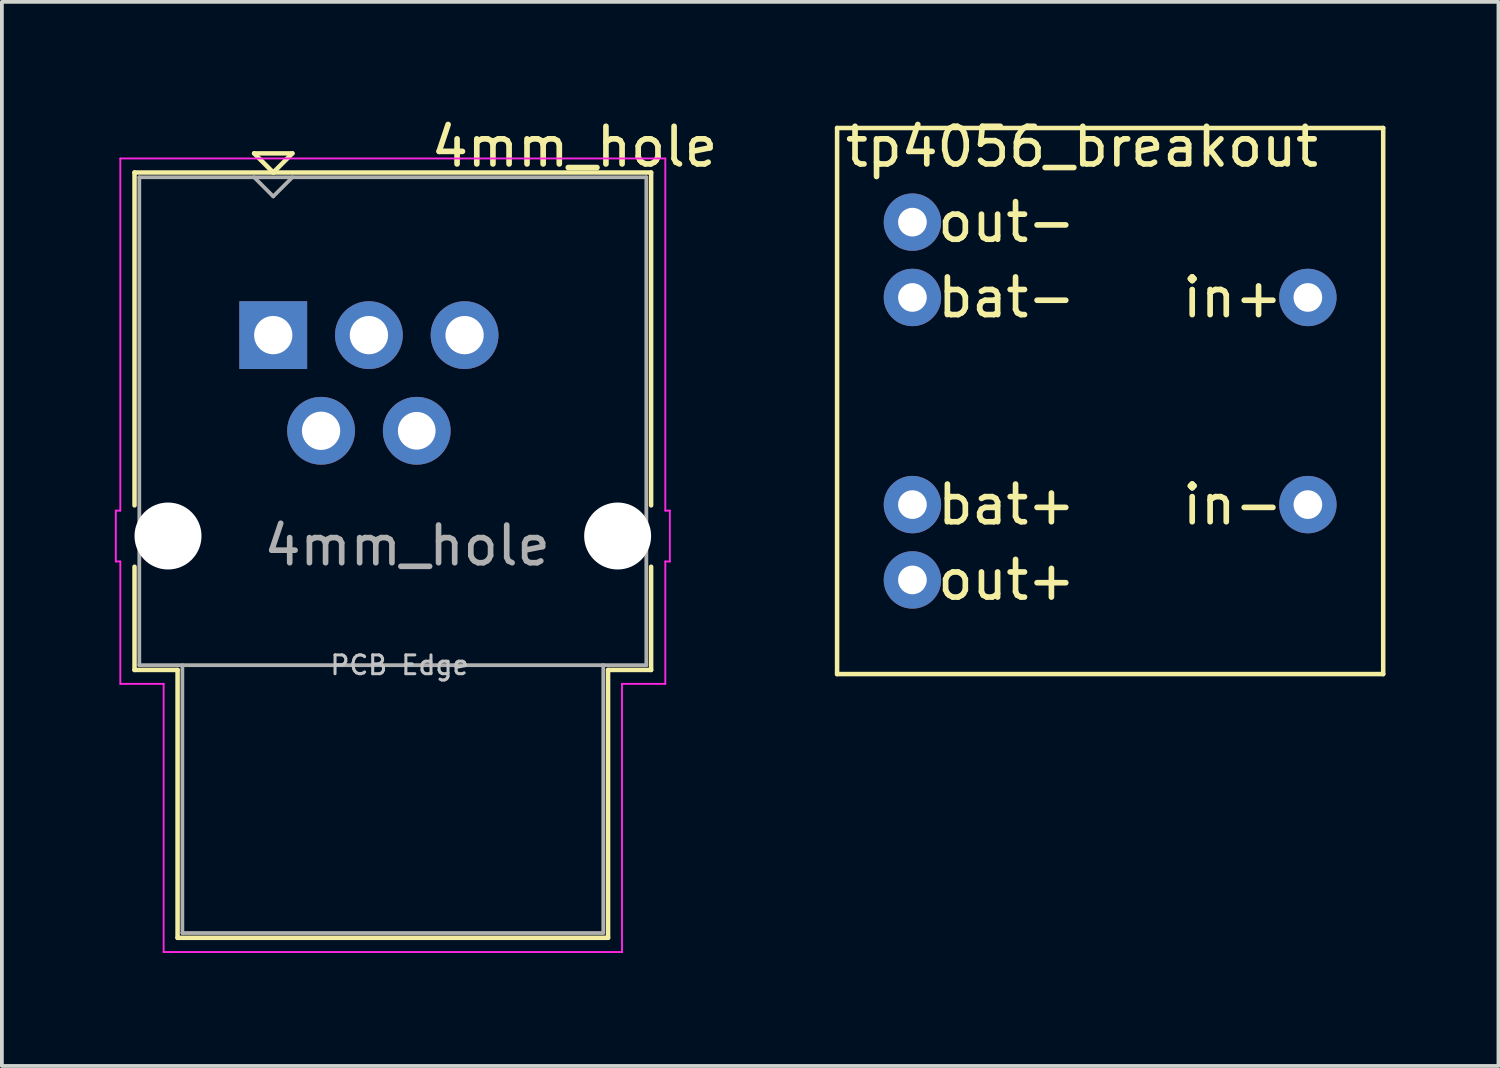
<source format=kicad_pcb>
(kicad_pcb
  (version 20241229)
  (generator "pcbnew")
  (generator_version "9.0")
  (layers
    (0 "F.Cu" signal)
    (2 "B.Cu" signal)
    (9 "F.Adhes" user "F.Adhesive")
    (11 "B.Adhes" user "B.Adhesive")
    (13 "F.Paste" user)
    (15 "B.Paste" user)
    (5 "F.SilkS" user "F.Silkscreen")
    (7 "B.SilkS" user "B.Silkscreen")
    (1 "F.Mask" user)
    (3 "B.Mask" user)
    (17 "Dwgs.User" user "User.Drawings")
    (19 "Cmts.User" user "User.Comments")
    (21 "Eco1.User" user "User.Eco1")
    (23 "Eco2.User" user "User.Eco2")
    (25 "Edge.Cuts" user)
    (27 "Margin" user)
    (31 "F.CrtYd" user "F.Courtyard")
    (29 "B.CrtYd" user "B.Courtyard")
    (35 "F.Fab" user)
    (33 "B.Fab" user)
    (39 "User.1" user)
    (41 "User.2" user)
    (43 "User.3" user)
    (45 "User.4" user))
  (footprint "4mm_hole"
    (layer "F.Cu")
    (at 4.205 5.848)
    (property "Reference" "4mm_hole" (at 8 -5 180) (layer "F.SilkS") (effects (font (size 1 1) (thickness 0.15))))
    (attr through_hole)
    (fp_line (start -3.683 4.52) (end -3.683 -4.318) (stroke (width 0.12) (type solid)) (layer "F.SilkS"))
    (fp_line (start -3.683 8.89) (end -3.683 6.15) (stroke (width 0.12) (type solid)) (layer "F.SilkS"))
    (fp_line (start -2.54 8.89) (end -3.683 8.89) (stroke (width 0.12) (type solid)) (layer "F.SilkS"))
    (fp_line (start -2.54 16.002) (end -2.54 8.89) (stroke (width 0.12) (type solid)) (layer "F.SilkS"))
    (fp_line (start -0.508 -4.826) (end 0.508 -4.826) (stroke (width 0.12) (type solid)) (layer "F.SilkS"))
    (fp_line (start 0 -4.318) (end -0.508 -4.826) (stroke (width 0.12) (type solid)) (layer "F.SilkS"))
    (fp_line (start 0.508 -4.826) (end 0 -4.318) (stroke (width 0.12) (type solid)) (layer "F.SilkS"))
    (fp_line (start 8.89 8.89) (end 8.89 16.002) (stroke (width 0.12) (type solid)) (layer "F.SilkS"))
    (fp_line (start 8.89 16.002) (end -2.54 16.002) (stroke (width 0.12) (type solid)) (layer "F.SilkS"))
    (fp_line (start 10.033 -4.318) (end -3.683 -4.318) (stroke (width 0.12) (type solid)) (layer "F.SilkS"))
    (fp_line (start 10.033 4.52) (end 10.033 -4.318) (stroke (width 0.12) (type solid)) (layer "F.SilkS"))
    (fp_line (start 10.033 8.89) (end 8.89 8.89) (stroke (width 0.12) (type solid)) (layer "F.SilkS"))
    (fp_line (start 10.033 8.89) (end 10.033 6.15) (stroke (width 0.12) (type solid)) (layer "F.SilkS"))
    (fp_line (start -4.18 4.66) (end -4.18 6.01) (stroke (width 0.05) (type solid)) (layer "F.CrtYd"))
    (fp_line (start -4.18 6.01) (end -4.06 6.01) (stroke (width 0.05) (type solid)) (layer "F.CrtYd"))
    (fp_line (start -4.06 -4.69) (end -4.06 4.66) (stroke (width 0.05) (type solid)) (layer "F.CrtYd"))
    (fp_line (start -4.06 -4.69) (end 10.41 -4.69) (stroke (width 0.05) (type solid)) (layer "F.CrtYd"))
    (fp_line (start -4.06 4.66) (end -4.18 4.66) (stroke (width 0.05) (type solid)) (layer "F.CrtYd"))
    (fp_line (start -4.06 6.01) (end -4.06 9.26) (stroke (width 0.05) (type solid)) (layer "F.CrtYd"))
    (fp_line (start -2.91 9.26) (end -4.06 9.26) (stroke (width 0.05) (type solid)) (layer "F.CrtYd"))
    (fp_line (start -2.91 16.38) (end -2.91 9.26) (stroke (width 0.05) (type solid)) (layer "F.CrtYd"))
    (fp_line (start 9.26 16.38) (end -2.91 16.38) (stroke (width 0.05) (type solid)) (layer "F.CrtYd"))
    (fp_line (start 9.26 16.38) (end 9.26 9.26) (stroke (width 0.05) (type solid)) (layer "F.CrtYd"))
    (fp_line (start 10.41 4.66) (end 10.41 -4.69) (stroke (width 0.05) (type solid)) (layer "F.CrtYd"))
    (fp_line (start 10.41 6.01) (end 10.53 6.01) (stroke (width 0.05) (type solid)) (layer "F.CrtYd"))
    (fp_line (start 10.41 9.26) (end 9.26 9.26) (stroke (width 0.05) (type solid)) (layer "F.CrtYd"))
    (fp_line (start 10.41 9.26) (end 10.41 6.01) (stroke (width 0.05) (type solid)) (layer "F.CrtYd"))
    (fp_line (start 10.53 4.66) (end 10.41 4.66) (stroke (width 0.05) (type solid)) (layer "F.CrtYd"))
    (fp_line (start 10.53 6.01) (end 10.53 4.66) (stroke (width 0.05) (type solid)) (layer "F.CrtYd"))
    (fp_line (start -3.556 -4.191) (end 9.906 -4.191) (stroke (width 0.1) (type solid)) (layer "F.Fab"))
    (fp_line (start -3.556 8.763) (end -3.556 -4.191) (stroke (width 0.1) (type solid)) (layer "F.Fab"))
    (fp_line (start -3.556 8.763) (end 9.906 8.763) (stroke (width 0.1) (type solid)) (layer "F.Fab"))
    (fp_line (start -2.413 8.763) (end -2.413 15.875) (stroke (width 0.1) (type solid)) (layer "F.Fab"))
    (fp_line (start -2.413 15.875) (end 8.763 15.875) (stroke (width 0.1) (type solid)) (layer "F.Fab"))
    (fp_line (start -0.508 -4.191) (end 0 -3.683) (stroke (width 0.1) (type solid)) (layer "F.Fab"))
    (fp_line (start 0 -3.683) (end 0.508 -4.191) (stroke (width 0.1) (type solid)) (layer "F.Fab"))
    (fp_line (start 8.763 15.875) (end 8.763 8.763) (stroke (width 0.1) (type solid)) (layer "F.Fab"))
    (fp_line (start 9.906 8.763) (end 9.906 -4.191) (stroke (width 0.1) (type solid)) (layer "F.Fab"))
    (fp_text user "PCB Edge" (at 3.355 8.763 180) (layer "Dwgs.User") (effects (font (size 0.5 0.5) (thickness 0.08))))
    (fp_text user "${REFERENCE}" (at 3.556 5.588 180) (layer "F.Fab") (effects (font (size 1 1) (thickness 0.15))))
    (pad "" np_thru_hole circle (at -2.794 5.334 180) (size 1.778 1.778) (drill 1.778) (layers "*.Cu" "*.Mask"))
    (pad "" np_thru_hole circle (at 9.144 5.334 180) (size 1.778 1.778) (drill 1.778) (layers "*.Cu" "*.Mask"))
    (pad "1" thru_hole rect (at 0 0 180) (size 1.8 1.8) (drill 1.016) (layers "*.Cu" "*.Mask"))
    (pad "2" thru_hole circle (at 1.27 2.54 180) (size 1.8 1.8) (drill 1.016) (layers "*.Cu" "*.Mask"))
    (pad "3" thru_hole circle (at 3.81 2.54 180) (size 1.8 1.8) (drill 1) (layers "*.Cu" "*.Mask"))
    (pad "4" thru_hole circle (at 5.08 0 180) (size 1.8 1.8) (drill 1.016) (layers "*.Cu" "*.Mask"))
    (pad "5" thru_hole circle (at 2.54 0 180) (size 1.8 1.8) (drill 1.016) (layers "*.Cu" "*.Mask")))
  (footprint "tp4056_breakout"
    (layer "F.Cu")
    (at 25.676 0.348)
    (property "Reference" "tp4056_breakout" (at 0 0.5 0) (layer "F.SilkS") (effects (font (size 1 1) (thickness 0.15))))
    (attr through_hole)
    (fp_line (start -6.5 0) (end -6.5 14.5) (stroke (width 0.12) (type solid)) (layer "F.SilkS"))
    (fp_line (start -6.5 14.5) (end 8 14.5) (stroke (width 0.12) (type solid)) (layer "F.SilkS"))
    (fp_line (start 8 0) (end -6.5 0) (stroke (width 0.12) (type solid)) (layer "F.SilkS"))
    (fp_line (start 8 14.5) (end 8 0) (stroke (width 0.12) (type solid)) (layer "F.SilkS"))
    (fp_text user "bat+" (at -2 10 0) (layer "F.SilkS") (effects (font (size 1 1) (thickness 0.15))))
    (fp_text user "bat-" (at -2 4.5 0) (layer "F.SilkS") (effects (font (size 1 1) (thickness 0.15))))
    (fp_text user "in+" (at 4 4.5 0) (layer "F.SilkS") (effects (font (size 1 1) (thickness 0.15))))
    (fp_text user "out-" (at -2 2.5 0) (layer "F.SilkS") (effects (font (size 1 1) (thickness 0.15))))
    (fp_text user "in-" (at 4 10 0) (layer "F.SilkS") (effects (font (size 1 1) (thickness 0.15))))
    (fp_text user "out+" (at -2 12 0) (layer "F.SilkS") (effects (font (size 1 1) (thickness 0.15))))
    (pad "1" thru_hole circle (at 6 4.5) (size 1.524 1.524) (drill 0.762) (layers "*.Cu" "*.Mask"))
    (pad "2" thru_hole circle (at 6 10) (size 1.524 1.524) (drill 0.762) (layers "*.Cu" "*.Mask"))
    (pad "3" thru_hole circle (at -4.5 12) (size 1.524 1.524) (drill 0.762) (layers "*.Cu" "*.Mask"))
    (pad "4" thru_hole circle (at -4.5 10) (size 1.524 1.524) (drill 0.762) (layers "*.Cu" "*.Mask"))
    (pad "5" thru_hole circle (at -4.5 4.5) (size 1.524 1.524) (drill 0.762) (layers "*.Cu" "*.Mask"))
    (pad "6" thru_hole circle (at -4.5 2.5) (size 1.524 1.524) (drill 0.762) (layers "*.Cu" "*.Mask")))
  (gr_rect
    (start -3 -3)
    (end 36.736 25.253)
    (stroke (width 0.1) (type default))
    (fill no)
    (layer "Edge.Cuts")))
</source>
